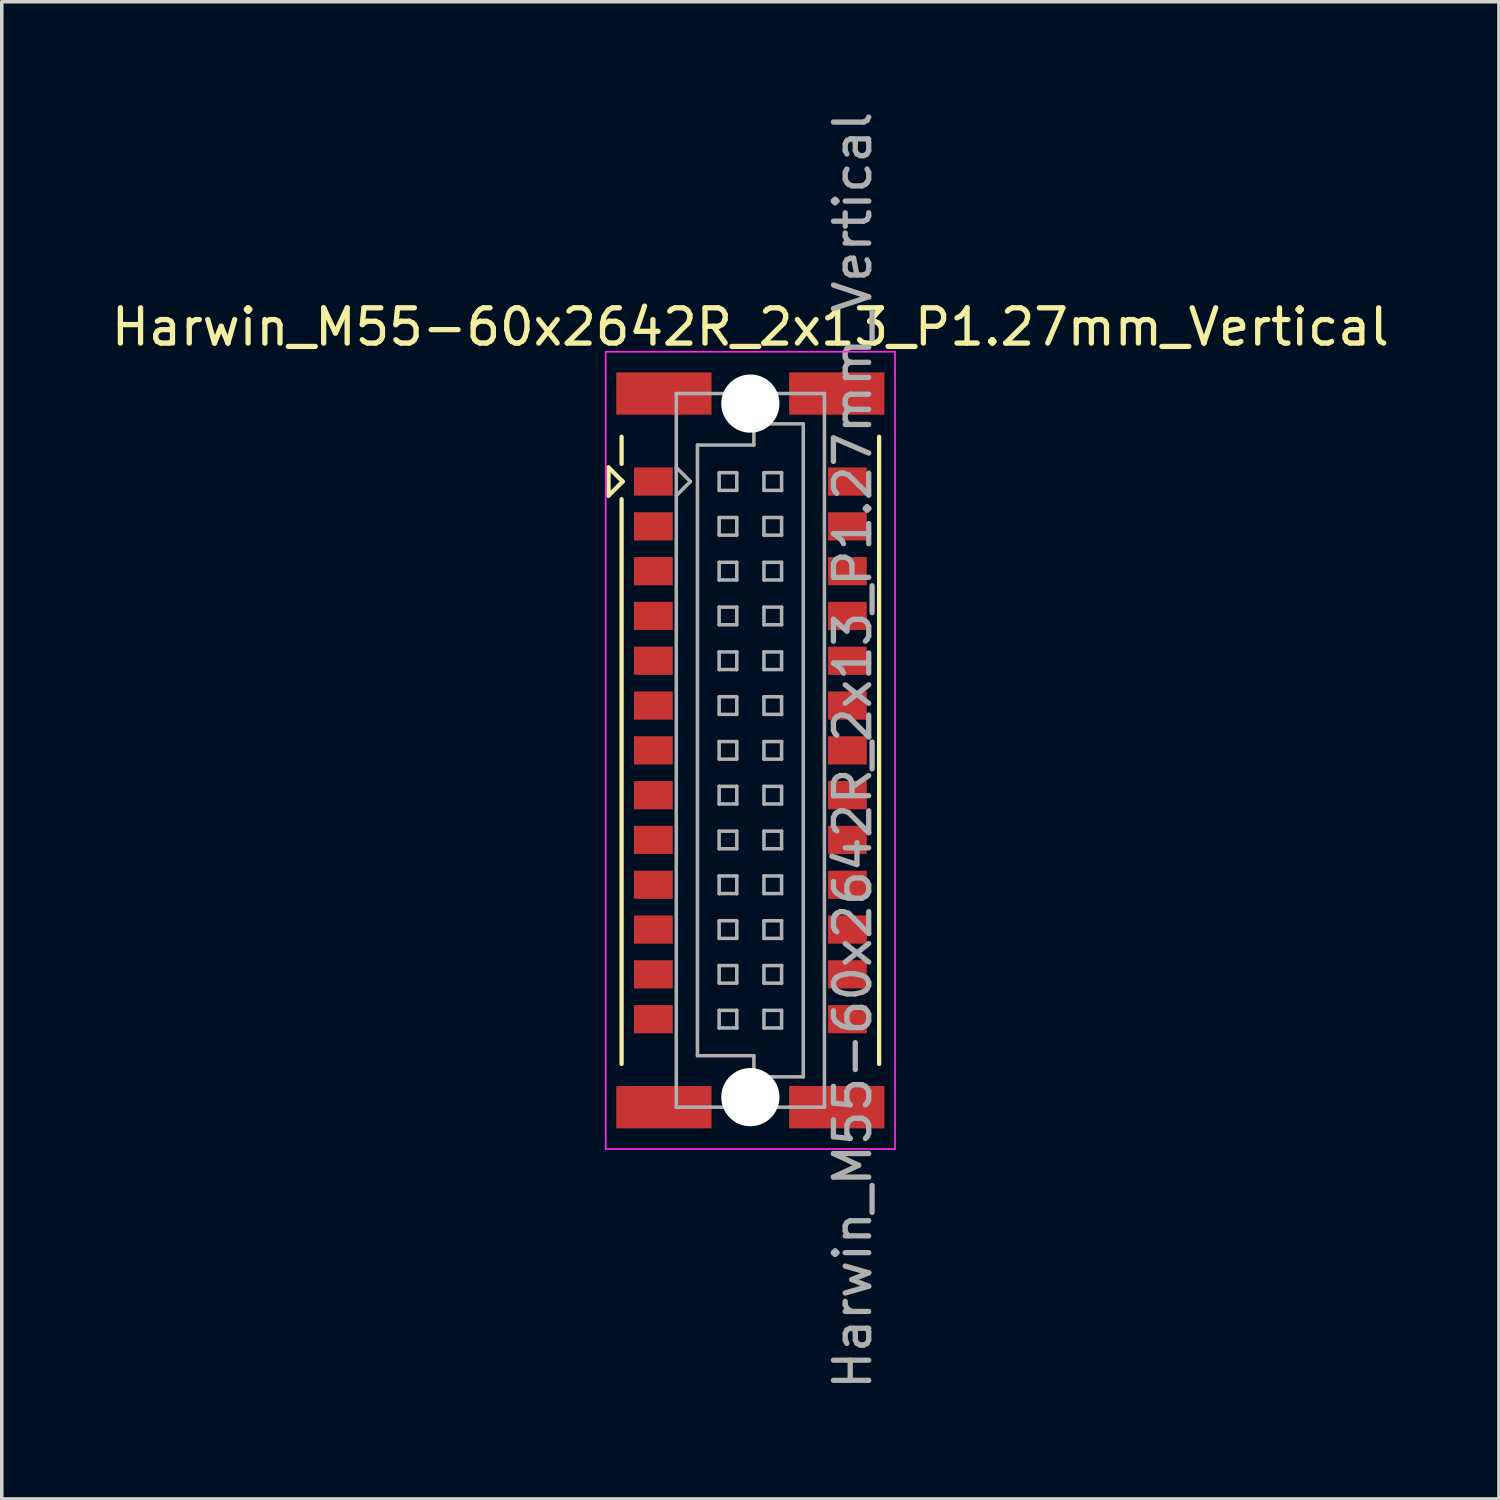
<source format=kicad_pcb>
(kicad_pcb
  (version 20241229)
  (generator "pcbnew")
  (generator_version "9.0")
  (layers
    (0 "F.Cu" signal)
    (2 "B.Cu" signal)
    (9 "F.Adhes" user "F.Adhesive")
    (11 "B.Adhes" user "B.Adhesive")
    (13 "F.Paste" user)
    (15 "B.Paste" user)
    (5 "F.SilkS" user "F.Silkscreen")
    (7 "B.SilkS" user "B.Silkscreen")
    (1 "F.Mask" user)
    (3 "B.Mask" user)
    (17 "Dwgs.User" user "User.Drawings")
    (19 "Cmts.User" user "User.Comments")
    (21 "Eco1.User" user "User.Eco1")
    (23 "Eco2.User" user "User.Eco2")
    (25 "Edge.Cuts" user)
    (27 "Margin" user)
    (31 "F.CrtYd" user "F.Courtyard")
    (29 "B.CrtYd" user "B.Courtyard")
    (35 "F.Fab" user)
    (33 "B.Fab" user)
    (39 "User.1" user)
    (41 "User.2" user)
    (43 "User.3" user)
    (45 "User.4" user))
  (footprint "Harwin_M55-60x2642R_2x13_P1.27mm_Vertical"
    (layer "F.Cu")
    (at 18.22 18.22)
    (property "Reference" "Harwin_M55-60x2642R_2x13_P1.27mm_Vertical" (at 0 -12 0) (layer "F.SilkS") (effects (font (size 1 1) (thickness 0.15))))
    (attr smd)
    (fp_line (start -4.02 -8.02) (end -4.02 -7.22) (stroke (width 0.12) (type solid)) (layer "F.SilkS"))
    (fp_line (start -4.02 -7.22) (end -3.62 -7.62) (stroke (width 0.12) (type solid)) (layer "F.SilkS"))
    (fp_line (start -3.65 -8.12) (end -3.65 -8.89) (stroke (width 0.12) (type solid)) (layer "F.SilkS"))
    (fp_line (start -3.65 -7.12) (end -3.65 8.89) (stroke (width 0.12) (type solid)) (layer "F.SilkS"))
    (fp_line (start -3.62 -7.62) (end -4.02 -8.02) (stroke (width 0.12) (type solid)) (layer "F.SilkS"))
    (fp_line (start 3.65 8.89) (end 3.65 -8.89) (stroke (width 0.12) (type solid)) (layer "F.SilkS"))
    (fp_line (start -4.1 -11.3) (end 4.1 -11.3) (stroke (width 0.05) (type solid)) (layer "F.CrtYd"))
    (fp_line (start -4.1 11.3) (end -4.1 -11.3) (stroke (width 0.05) (type solid)) (layer "F.CrtYd"))
    (fp_line (start 4.1 -11.3) (end 4.1 11.3) (stroke (width 0.05) (type solid)) (layer "F.CrtYd"))
    (fp_line (start 4.1 11.3) (end -4.1 11.3) (stroke (width 0.05) (type solid)) (layer "F.CrtYd"))
    (fp_line (start -2.1 -10.115) (end -2.1 10.115) (stroke (width 0.1) (type solid)) (layer "F.Fab"))
    (fp_line (start -2.1 -7.22) (end -1.7 -7.62) (stroke (width 0.1) (type solid)) (layer "F.Fab"))
    (fp_line (start -2.1 10.115) (end 2.1 10.115) (stroke (width 0.1) (type solid)) (layer "F.Fab"))
    (fp_line (start -1.7 -7.62) (end -2.1 -8.02) (stroke (width 0.1) (type solid)) (layer "F.Fab"))
    (fp_line (start -1.5 -8.655) (end 0.1 -8.655) (stroke (width 0.1) (type solid)) (layer "F.Fab"))
    (fp_line (start -1.5 8.655) (end -1.5 -8.655) (stroke (width 0.1) (type solid)) (layer "F.Fab"))
    (fp_line (start -0.885 -7.87) (end -0.885 -7.37) (stroke (width 0.1) (type solid)) (layer "F.Fab"))
    (fp_line (start -0.885 -7.37) (end -0.385 -7.37) (stroke (width 0.1) (type solid)) (layer "F.Fab"))
    (fp_line (start -0.885 -6.6) (end -0.885 -6.1) (stroke (width 0.1) (type solid)) (layer "F.Fab"))
    (fp_line (start -0.885 -6.1) (end -0.385 -6.1) (stroke (width 0.1) (type solid)) (layer "F.Fab"))
    (fp_line (start -0.885 -5.33) (end -0.885 -4.83) (stroke (width 0.1) (type solid)) (layer "F.Fab"))
    (fp_line (start -0.885 -4.83) (end -0.385 -4.83) (stroke (width 0.1) (type solid)) (layer "F.Fab"))
    (fp_line (start -0.885 -4.06) (end -0.885 -3.56) (stroke (width 0.1) (type solid)) (layer "F.Fab"))
    (fp_line (start -0.885 -3.56) (end -0.385 -3.56) (stroke (width 0.1) (type solid)) (layer "F.Fab"))
    (fp_line (start -0.885 -2.79) (end -0.885 -2.29) (stroke (width 0.1) (type solid)) (layer "F.Fab"))
    (fp_line (start -0.885 -2.29) (end -0.385 -2.29) (stroke (width 0.1) (type solid)) (layer "F.Fab"))
    (fp_line (start -0.885 -1.52) (end -0.885 -1.02) (stroke (width 0.1) (type solid)) (layer "F.Fab"))
    (fp_line (start -0.885 -1.02) (end -0.385 -1.02) (stroke (width 0.1) (type solid)) (layer "F.Fab"))
    (fp_line (start -0.885 -0.25) (end -0.885 0.25) (stroke (width 0.1) (type solid)) (layer "F.Fab"))
    (fp_line (start -0.885 0.25) (end -0.385 0.25) (stroke (width 0.1) (type solid)) (layer "F.Fab"))
    (fp_line (start -0.885 1.02) (end -0.885 1.52) (stroke (width 0.1) (type solid)) (layer "F.Fab"))
    (fp_line (start -0.885 1.52) (end -0.385 1.52) (stroke (width 0.1) (type solid)) (layer "F.Fab"))
    (fp_line (start -0.885 2.29) (end -0.885 2.79) (stroke (width 0.1) (type solid)) (layer "F.Fab"))
    (fp_line (start -0.885 2.79) (end -0.385 2.79) (stroke (width 0.1) (type solid)) (layer "F.Fab"))
    (fp_line (start -0.885 3.56) (end -0.885 4.06) (stroke (width 0.1) (type solid)) (layer "F.Fab"))
    (fp_line (start -0.885 4.06) (end -0.385 4.06) (stroke (width 0.1) (type solid)) (layer "F.Fab"))
    (fp_line (start -0.885 4.83) (end -0.885 5.33) (stroke (width 0.1) (type solid)) (layer "F.Fab"))
    (fp_line (start -0.885 5.33) (end -0.385 5.33) (stroke (width 0.1) (type solid)) (layer "F.Fab"))
    (fp_line (start -0.885 6.1) (end -0.885 6.6) (stroke (width 0.1) (type solid)) (layer "F.Fab"))
    (fp_line (start -0.885 6.6) (end -0.385 6.6) (stroke (width 0.1) (type solid)) (layer "F.Fab"))
    (fp_line (start -0.885 7.37) (end -0.885 7.87) (stroke (width 0.1) (type solid)) (layer "F.Fab"))
    (fp_line (start -0.885 7.87) (end -0.385 7.87) (stroke (width 0.1) (type solid)) (layer "F.Fab"))
    (fp_line (start -0.385 -7.87) (end -0.885 -7.87) (stroke (width 0.1) (type solid)) (layer "F.Fab"))
    (fp_line (start -0.385 -7.37) (end -0.385 -7.87) (stroke (width 0.1) (type solid)) (layer "F.Fab"))
    (fp_line (start -0.385 -6.6) (end -0.885 -6.6) (stroke (width 0.1) (type solid)) (layer "F.Fab"))
    (fp_line (start -0.385 -6.1) (end -0.385 -6.6) (stroke (width 0.1) (type solid)) (layer "F.Fab"))
    (fp_line (start -0.385 -5.33) (end -0.885 -5.33) (stroke (width 0.1) (type solid)) (layer "F.Fab"))
    (fp_line (start -0.385 -4.83) (end -0.385 -5.33) (stroke (width 0.1) (type solid)) (layer "F.Fab"))
    (fp_line (start -0.385 -4.06) (end -0.885 -4.06) (stroke (width 0.1) (type solid)) (layer "F.Fab"))
    (fp_line (start -0.385 -3.56) (end -0.385 -4.06) (stroke (width 0.1) (type solid)) (layer "F.Fab"))
    (fp_line (start -0.385 -2.79) (end -0.885 -2.79) (stroke (width 0.1) (type solid)) (layer "F.Fab"))
    (fp_line (start -0.385 -2.29) (end -0.385 -2.79) (stroke (width 0.1) (type solid)) (layer "F.Fab"))
    (fp_line (start -0.385 -1.52) (end -0.885 -1.52) (stroke (width 0.1) (type solid)) (layer "F.Fab"))
    (fp_line (start -0.385 -1.02) (end -0.385 -1.52) (stroke (width 0.1) (type solid)) (layer "F.Fab"))
    (fp_line (start -0.385 -0.25) (end -0.885 -0.25) (stroke (width 0.1) (type solid)) (layer "F.Fab"))
    (fp_line (start -0.385 0.25) (end -0.385 -0.25) (stroke (width 0.1) (type solid)) (layer "F.Fab"))
    (fp_line (start -0.385 1.02) (end -0.885 1.02) (stroke (width 0.1) (type solid)) (layer "F.Fab"))
    (fp_line (start -0.385 1.52) (end -0.385 1.02) (stroke (width 0.1) (type solid)) (layer "F.Fab"))
    (fp_line (start -0.385 2.29) (end -0.885 2.29) (stroke (width 0.1) (type solid)) (layer "F.Fab"))
    (fp_line (start -0.385 2.79) (end -0.385 2.29) (stroke (width 0.1) (type solid)) (layer "F.Fab"))
    (fp_line (start -0.385 3.56) (end -0.885 3.56) (stroke (width 0.1) (type solid)) (layer "F.Fab"))
    (fp_line (start -0.385 4.06) (end -0.385 3.56) (stroke (width 0.1) (type solid)) (layer "F.Fab"))
    (fp_line (start -0.385 4.83) (end -0.885 4.83) (stroke (width 0.1) (type solid)) (layer "F.Fab"))
    (fp_line (start -0.385 5.33) (end -0.385 4.83) (stroke (width 0.1) (type solid)) (layer "F.Fab"))
    (fp_line (start -0.385 6.1) (end -0.885 6.1) (stroke (width 0.1) (type solid)) (layer "F.Fab"))
    (fp_line (start -0.385 6.6) (end -0.385 6.1) (stroke (width 0.1) (type solid)) (layer "F.Fab"))
    (fp_line (start -0.385 7.37) (end -0.885 7.37) (stroke (width 0.1) (type solid)) (layer "F.Fab"))
    (fp_line (start -0.385 7.87) (end -0.385 7.37) (stroke (width 0.1) (type solid)) (layer "F.Fab"))
    (fp_line (start 0.1 -9.255) (end 1.5 -9.255) (stroke (width 0.1) (type solid)) (layer "F.Fab"))
    (fp_line (start 0.1 -8.655) (end 0.1 -9.255) (stroke (width 0.1) (type solid)) (layer "F.Fab"))
    (fp_line (start 0.1 8.655) (end -1.5 8.655) (stroke (width 0.1) (type solid)) (layer "F.Fab"))
    (fp_line (start 0.1 9.255) (end 0.1 8.655) (stroke (width 0.1) (type solid)) (layer "F.Fab"))
    (fp_line (start 0.385 -7.87) (end 0.385 -7.37) (stroke (width 0.1) (type solid)) (layer "F.Fab"))
    (fp_line (start 0.385 -7.37) (end 0.885 -7.37) (stroke (width 0.1) (type solid)) (layer "F.Fab"))
    (fp_line (start 0.385 -6.6) (end 0.385 -6.1) (stroke (width 0.1) (type solid)) (layer "F.Fab"))
    (fp_line (start 0.385 -6.1) (end 0.885 -6.1) (stroke (width 0.1) (type solid)) (layer "F.Fab"))
    (fp_line (start 0.385 -5.33) (end 0.385 -4.83) (stroke (width 0.1) (type solid)) (layer "F.Fab"))
    (fp_line (start 0.385 -4.83) (end 0.885 -4.83) (stroke (width 0.1) (type solid)) (layer "F.Fab"))
    (fp_line (start 0.385 -4.06) (end 0.385 -3.56) (stroke (width 0.1) (type solid)) (layer "F.Fab"))
    (fp_line (start 0.385 -3.56) (end 0.885 -3.56) (stroke (width 0.1) (type solid)) (layer "F.Fab"))
    (fp_line (start 0.385 -2.79) (end 0.385 -2.29) (stroke (width 0.1) (type solid)) (layer "F.Fab"))
    (fp_line (start 0.385 -2.29) (end 0.885 -2.29) (stroke (width 0.1) (type solid)) (layer "F.Fab"))
    (fp_line (start 0.385 -1.52) (end 0.385 -1.02) (stroke (width 0.1) (type solid)) (layer "F.Fab"))
    (fp_line (start 0.385 -1.02) (end 0.885 -1.02) (stroke (width 0.1) (type solid)) (layer "F.Fab"))
    (fp_line (start 0.385 -0.25) (end 0.385 0.25) (stroke (width 0.1) (type solid)) (layer "F.Fab"))
    (fp_line (start 0.385 0.25) (end 0.885 0.25) (stroke (width 0.1) (type solid)) (layer "F.Fab"))
    (fp_line (start 0.385 1.02) (end 0.385 1.52) (stroke (width 0.1) (type solid)) (layer "F.Fab"))
    (fp_line (start 0.385 1.52) (end 0.885 1.52) (stroke (width 0.1) (type solid)) (layer "F.Fab"))
    (fp_line (start 0.385 2.29) (end 0.385 2.79) (stroke (width 0.1) (type solid)) (layer "F.Fab"))
    (fp_line (start 0.385 2.79) (end 0.885 2.79) (stroke (width 0.1) (type solid)) (layer "F.Fab"))
    (fp_line (start 0.385 3.56) (end 0.385 4.06) (stroke (width 0.1) (type solid)) (layer "F.Fab"))
    (fp_line (start 0.385 4.06) (end 0.885 4.06) (stroke (width 0.1) (type solid)) (layer "F.Fab"))
    (fp_line (start 0.385 4.83) (end 0.385 5.33) (stroke (width 0.1) (type solid)) (layer "F.Fab"))
    (fp_line (start 0.385 5.33) (end 0.885 5.33) (stroke (width 0.1) (type solid)) (layer "F.Fab"))
    (fp_line (start 0.385 6.1) (end 0.385 6.6) (stroke (width 0.1) (type solid)) (layer "F.Fab"))
    (fp_line (start 0.385 6.6) (end 0.885 6.6) (stroke (width 0.1) (type solid)) (layer "F.Fab"))
    (fp_line (start 0.385 7.37) (end 0.385 7.87) (stroke (width 0.1) (type solid)) (layer "F.Fab"))
    (fp_line (start 0.385 7.87) (end 0.885 7.87) (stroke (width 0.1) (type solid)) (layer "F.Fab"))
    (fp_line (start 0.885 -7.87) (end 0.385 -7.87) (stroke (width 0.1) (type solid)) (layer "F.Fab"))
    (fp_line (start 0.885 -7.37) (end 0.885 -7.87) (stroke (width 0.1) (type solid)) (layer "F.Fab"))
    (fp_line (start 0.885 -6.6) (end 0.385 -6.6) (stroke (width 0.1) (type solid)) (layer "F.Fab"))
    (fp_line (start 0.885 -6.1) (end 0.885 -6.6) (stroke (width 0.1) (type solid)) (layer "F.Fab"))
    (fp_line (start 0.885 -5.33) (end 0.385 -5.33) (stroke (width 0.1) (type solid)) (layer "F.Fab"))
    (fp_line (start 0.885 -4.83) (end 0.885 -5.33) (stroke (width 0.1) (type solid)) (layer "F.Fab"))
    (fp_line (start 0.885 -4.06) (end 0.385 -4.06) (stroke (width 0.1) (type solid)) (layer "F.Fab"))
    (fp_line (start 0.885 -3.56) (end 0.885 -4.06) (stroke (width 0.1) (type solid)) (layer "F.Fab"))
    (fp_line (start 0.885 -2.79) (end 0.385 -2.79) (stroke (width 0.1) (type solid)) (layer "F.Fab"))
    (fp_line (start 0.885 -2.29) (end 0.885 -2.79) (stroke (width 0.1) (type solid)) (layer "F.Fab"))
    (fp_line (start 0.885 -1.52) (end 0.385 -1.52) (stroke (width 0.1) (type solid)) (layer "F.Fab"))
    (fp_line (start 0.885 -1.02) (end 0.885 -1.52) (stroke (width 0.1) (type solid)) (layer "F.Fab"))
    (fp_line (start 0.885 -0.25) (end 0.385 -0.25) (stroke (width 0.1) (type solid)) (layer "F.Fab"))
    (fp_line (start 0.885 0.25) (end 0.885 -0.25) (stroke (width 0.1) (type solid)) (layer "F.Fab"))
    (fp_line (start 0.885 1.02) (end 0.385 1.02) (stroke (width 0.1) (type solid)) (layer "F.Fab"))
    (fp_line (start 0.885 1.52) (end 0.885 1.02) (stroke (width 0.1) (type solid)) (layer "F.Fab"))
    (fp_line (start 0.885 2.29) (end 0.385 2.29) (stroke (width 0.1) (type solid)) (layer "F.Fab"))
    (fp_line (start 0.885 2.79) (end 0.885 2.29) (stroke (width 0.1) (type solid)) (layer "F.Fab"))
    (fp_line (start 0.885 3.56) (end 0.385 3.56) (stroke (width 0.1) (type solid)) (layer "F.Fab"))
    (fp_line (start 0.885 4.06) (end 0.885 3.56) (stroke (width 0.1) (type solid)) (layer "F.Fab"))
    (fp_line (start 0.885 4.83) (end 0.385 4.83) (stroke (width 0.1) (type solid)) (layer "F.Fab"))
    (fp_line (start 0.885 5.33) (end 0.885 4.83) (stroke (width 0.1) (type solid)) (layer "F.Fab"))
    (fp_line (start 0.885 6.1) (end 0.385 6.1) (stroke (width 0.1) (type solid)) (layer "F.Fab"))
    (fp_line (start 0.885 6.6) (end 0.885 6.1) (stroke (width 0.1) (type solid)) (layer "F.Fab"))
    (fp_line (start 0.885 7.37) (end 0.385 7.37) (stroke (width 0.1) (type solid)) (layer "F.Fab"))
    (fp_line (start 0.885 7.87) (end 0.885 7.37) (stroke (width 0.1) (type solid)) (layer "F.Fab"))
    (fp_line (start 1.5 -9.255) (end 1.5 9.255) (stroke (width 0.1) (type solid)) (layer "F.Fab"))
    (fp_line (start 1.5 9.255) (end 0.1 9.255) (stroke (width 0.1) (type solid)) (layer "F.Fab"))
    (fp_line (start 2.1 -10.115) (end -2.1 -10.115) (stroke (width 0.1) (type solid)) (layer "F.Fab"))
    (fp_line (start 2.1 10.115) (end 2.1 -10.115) (stroke (width 0.1) (type solid)) (layer "F.Fab"))
    (fp_text user "${REFERENCE}" (at 2.9 0 90) (layer "F.Fab") (effects (font (size 1 1) (thickness 0.15))))
    (pad "" smd rect (at -2.45 -10.115) (size 2.7 1.2) (layers "F.Cu" "F.Mask" "F.Paste"))
    (pad "" smd rect (at -2.45 10.115) (size 2.7 1.2) (layers "F.Cu" "F.Mask" "F.Paste"))
    (pad "" np_thru_hole circle (at 0 -9.83) (size 1.65 1.65) (drill 1.65) (layers "*.Cu" "*.Mask"))
    (pad "" np_thru_hole circle (at 0 9.83) (size 1.65 1.65) (drill 1.65) (layers "*.Cu" "*.Mask"))
    (pad "" smd rect (at 2.45 -10.115) (size 2.7 1.2) (layers "F.Cu" "F.Mask" "F.Paste"))
    (pad "" smd rect (at 2.45 10.115) (size 2.7 1.2) (layers "F.Cu" "F.Mask" "F.Paste"))
    (pad "1" smd rect (at -2.75 -7.62) (size 1.1 0.8) (layers "F.Cu" "F.Mask" "F.Paste"))
    (pad "2" smd rect (at 2.75 -7.62) (size 1.1 0.8) (layers "F.Cu" "F.Mask" "F.Paste"))
    (pad "3" smd rect (at -2.75 -6.35) (size 1.1 0.8) (layers "F.Cu" "F.Mask" "F.Paste"))
    (pad "4" smd rect (at 2.75 -6.35) (size 1.1 0.8) (layers "F.Cu" "F.Mask" "F.Paste"))
    (pad "5" smd rect (at -2.75 -5.08) (size 1.1 0.8) (layers "F.Cu" "F.Mask" "F.Paste"))
    (pad "6" smd rect (at 2.75 -5.08) (size 1.1 0.8) (layers "F.Cu" "F.Mask" "F.Paste"))
    (pad "7" smd rect (at -2.75 -3.81) (size 1.1 0.8) (layers "F.Cu" "F.Mask" "F.Paste"))
    (pad "8" smd rect (at 2.75 -3.81) (size 1.1 0.8) (layers "F.Cu" "F.Mask" "F.Paste"))
    (pad "9" smd rect (at -2.75 -2.54) (size 1.1 0.8) (layers "F.Cu" "F.Mask" "F.Paste"))
    (pad "10" smd rect (at 2.75 -2.54) (size 1.1 0.8) (layers "F.Cu" "F.Mask" "F.Paste"))
    (pad "11" smd rect (at -2.75 -1.27) (size 1.1 0.8) (layers "F.Cu" "F.Mask" "F.Paste"))
    (pad "12" smd rect (at 2.75 -1.27) (size 1.1 0.8) (layers "F.Cu" "F.Mask" "F.Paste"))
    (pad "13" smd rect (at -2.75 0) (size 1.1 0.8) (layers "F.Cu" "F.Mask" "F.Paste"))
    (pad "14" smd rect (at 2.75 0) (size 1.1 0.8) (layers "F.Cu" "F.Mask" "F.Paste"))
    (pad "15" smd rect (at -2.75 1.27) (size 1.1 0.8) (layers "F.Cu" "F.Mask" "F.Paste"))
    (pad "16" smd rect (at 2.75 1.27) (size 1.1 0.8) (layers "F.Cu" "F.Mask" "F.Paste"))
    (pad "17" smd rect (at -2.75 2.54) (size 1.1 0.8) (layers "F.Cu" "F.Mask" "F.Paste"))
    (pad "18" smd rect (at 2.75 2.54) (size 1.1 0.8) (layers "F.Cu" "F.Mask" "F.Paste"))
    (pad "19" smd rect (at -2.75 3.81) (size 1.1 0.8) (layers "F.Cu" "F.Mask" "F.Paste"))
    (pad "20" smd rect (at 2.75 3.81) (size 1.1 0.8) (layers "F.Cu" "F.Mask" "F.Paste"))
    (pad "21" smd rect (at -2.75 5.08) (size 1.1 0.8) (layers "F.Cu" "F.Mask" "F.Paste"))
    (pad "22" smd rect (at 2.75 5.08) (size 1.1 0.8) (layers "F.Cu" "F.Mask" "F.Paste"))
    (pad "23" smd rect (at -2.75 6.35) (size 1.1 0.8) (layers "F.Cu" "F.Mask" "F.Paste"))
    (pad "24" smd rect (at 2.75 6.35) (size 1.1 0.8) (layers "F.Cu" "F.Mask" "F.Paste"))
    (pad "25" smd rect (at -2.75 7.62) (size 1.1 0.8) (layers "F.Cu" "F.Mask" "F.Paste"))
    (pad "26" smd rect (at 2.75 7.62) (size 1.1 0.8) (layers "F.Cu" "F.Mask" "F.Paste")))
  (gr_rect
    (start -3 -3)
    (end 39.44 39.44)
    (stroke (width 0.1) (type default))
    (fill no)
    (layer "Edge.Cuts")))
</source>
